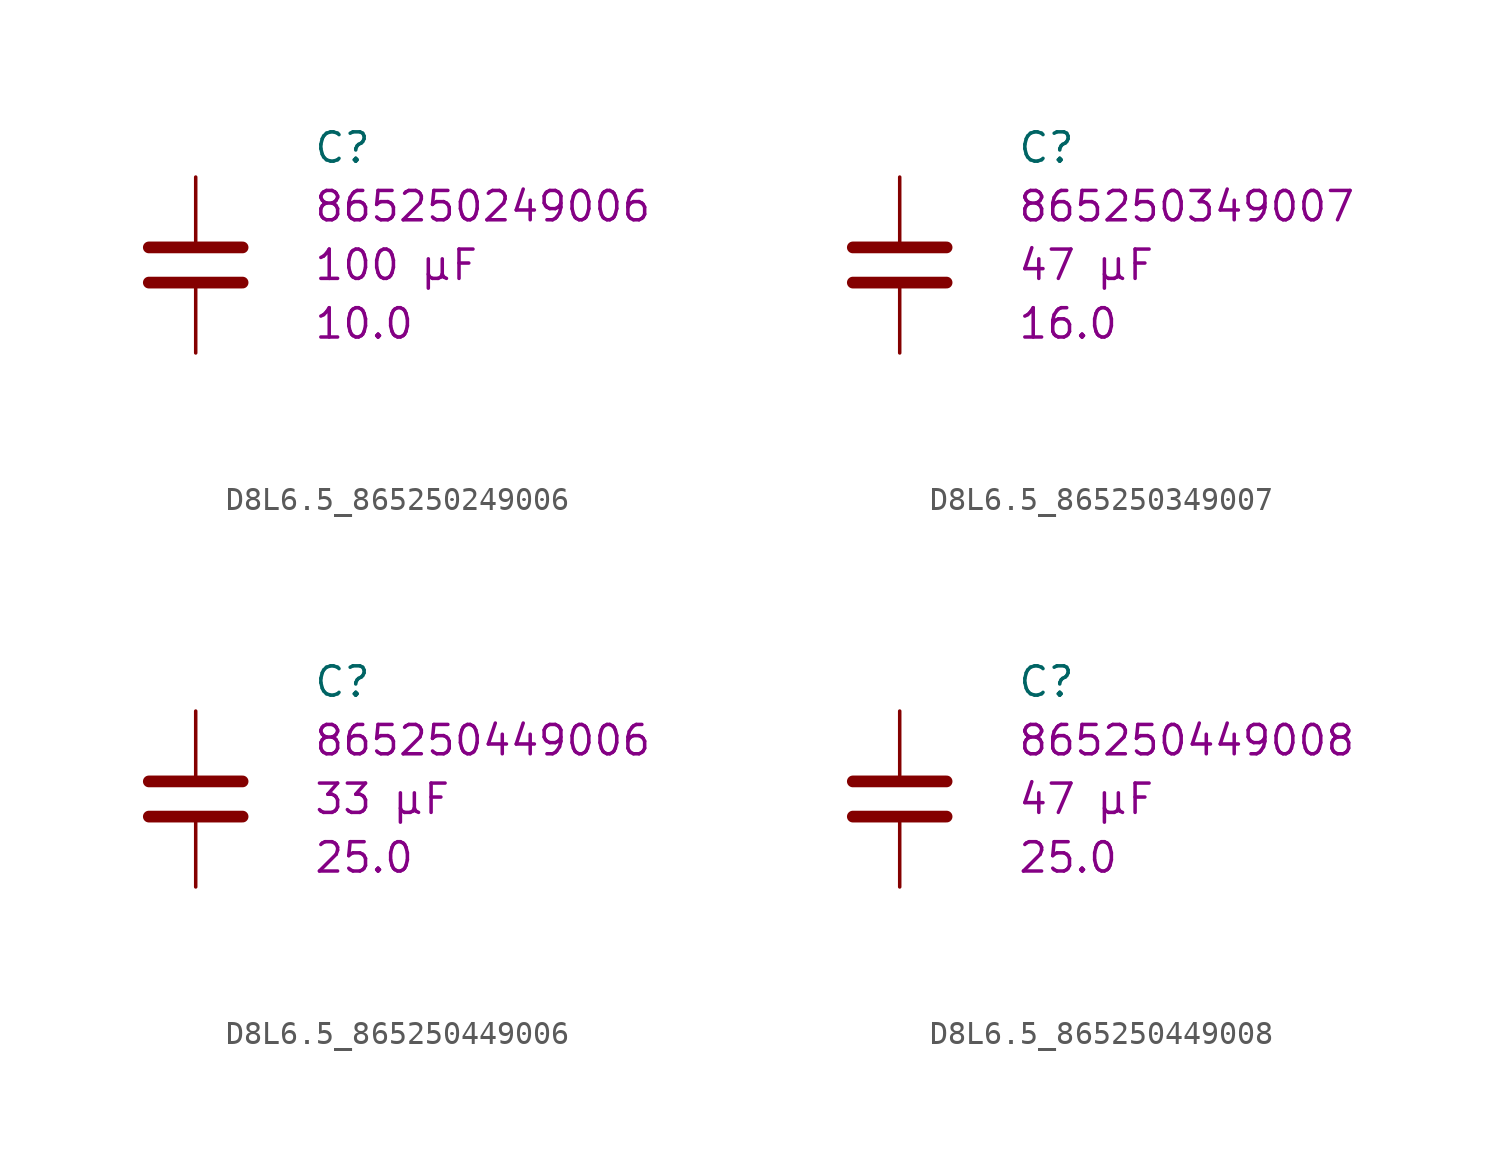
<source format=kicad_sym>
(kicad_symbol_lib
  (version 20220914)
  (generator kicad_symbol_editor)
  (symbol "D8L6.5_865250249006"
    (pin_numbers hide)
    (pin_names hide)
    (property "Reference" "C"
      (at 5.08 5.08 0)
      (effects (font (size 1.27 1.27)) (justify left)))
    (property "Part Number" "865250249006"
      (at 5.08 2.54 0)
      (effects (font (size 1.27 1.27)) (justify left)))
    (property "Capacitance" "100 µF"
      (at 5.08 0 0)
      (effects (font (size 1.27 1.27)) (justify left)))
    (property "Voltage" "10.0"
      (at 5.08 -2.54 0)
      (effects (font (size 1.27 1.27)) (justify left)))
    (property "Critical Parameter" ""
      (at 0 -7.62 0)
      (effects (font (size 1.27 1.27))))
    (symbol "D8L6.5_865250249006_0_1"
      (polyline (pts (xy -2.032 -0.762) (xy 2.032 -0.762)) (stroke (width 0.508) (type default)) (fill (type none)))
      (polyline (pts (xy -2.032 0.762) (xy 2.032 0.762)) (stroke (width 0.508) (type default)) (fill (type none))))
    (symbol "D8L6.5_865250249006_1_1"
      (pin passive line (at 0 3.81 270) (length 2.794) (name "1" (effects (font (size 1.27 1.27)))) (number "1" (effects (font (size 1.27 1.27)))))
      (pin passive line (at 0 -3.81 90) (length 2.794) (name "2" (effects (font (size 1.27 1.27)))) (number "2" (effects (font (size 1.27 1.27)))))))
  (symbol "D8L6.5_865250349007"
    (pin_numbers hide)
    (pin_names hide)
    (property "Reference" "C"
      (at 5.08 5.08 0)
      (effects (font (size 1.27 1.27)) (justify left)))
    (property "Part Number" "865250349007"
      (at 5.08 2.54 0)
      (effects (font (size 1.27 1.27)) (justify left)))
    (property "Capacitance" "47 µF"
      (at 5.08 0 0)
      (effects (font (size 1.27 1.27)) (justify left)))
    (property "Voltage" "16.0"
      (at 5.08 -2.54 0)
      (effects (font (size 1.27 1.27)) (justify left)))
    (property "Critical Parameter" ""
      (at 0 -7.62 0)
      (effects (font (size 1.27 1.27))))
    (symbol "D8L6.5_865250349007_0_1"
      (polyline (pts (xy -2.032 -0.762) (xy 2.032 -0.762)) (stroke (width 0.508) (type default)) (fill (type none)))
      (polyline (pts (xy -2.032 0.762) (xy 2.032 0.762)) (stroke (width 0.508) (type default)) (fill (type none))))
    (symbol "D8L6.5_865250349007_1_1"
      (pin passive line (at 0 3.81 270) (length 2.794) (name "1" (effects (font (size 1.27 1.27)))) (number "1" (effects (font (size 1.27 1.27)))))
      (pin passive line (at 0 -3.81 90) (length 2.794) (name "2" (effects (font (size 1.27 1.27)))) (number "2" (effects (font (size 1.27 1.27)))))))
  (symbol "D8L6.5_865250449006"
    (pin_numbers hide)
    (pin_names hide)
    (property "Reference" "C"
      (at 5.08 5.08 0)
      (effects (font (size 1.27 1.27)) (justify left)))
    (property "Part Number" "865250449006"
      (at 5.08 2.54 0)
      (effects (font (size 1.27 1.27)) (justify left)))
    (property "Capacitance" "33 µF"
      (at 5.08 0 0)
      (effects (font (size 1.27 1.27)) (justify left)))
    (property "Voltage" "25.0"
      (at 5.08 -2.54 0)
      (effects (font (size 1.27 1.27)) (justify left)))
    (property "Critical Parameter" ""
      (at 0 -7.62 0)
      (effects (font (size 1.27 1.27))))
    (symbol "D8L6.5_865250449006_0_1"
      (polyline (pts (xy -2.032 -0.762) (xy 2.032 -0.762)) (stroke (width 0.508) (type default)) (fill (type none)))
      (polyline (pts (xy -2.032 0.762) (xy 2.032 0.762)) (stroke (width 0.508) (type default)) (fill (type none))))
    (symbol "D8L6.5_865250449006_1_1"
      (pin passive line (at 0 3.81 270) (length 2.794) (name "1" (effects (font (size 1.27 1.27)))) (number "1" (effects (font (size 1.27 1.27)))))
      (pin passive line (at 0 -3.81 90) (length 2.794) (name "2" (effects (font (size 1.27 1.27)))) (number "2" (effects (font (size 1.27 1.27)))))))
  (symbol "D8L6.5_865250449008"
    (pin_numbers hide)
    (pin_names hide)
    (property "Reference" "C"
      (at 5.08 5.08 0)
      (effects (font (size 1.27 1.27)) (justify left)))
    (property "Part Number" "865250449008"
      (at 5.08 2.54 0)
      (effects (font (size 1.27 1.27)) (justify left)))
    (property "Capacitance" "47 µF"
      (at 5.08 0 0)
      (effects (font (size 1.27 1.27)) (justify left)))
    (property "Voltage" "25.0"
      (at 5.08 -2.54 0)
      (effects (font (size 1.27 1.27)) (justify left)))
    (property "Critical Parameter" ""
      (at 0 -7.62 0)
      (effects (font (size 1.27 1.27))))
    (symbol "D8L6.5_865250449008_0_1"
      (polyline (pts (xy -2.032 -0.762) (xy 2.032 -0.762)) (stroke (width 0.508) (type default)) (fill (type none)))
      (polyline (pts (xy -2.032 0.762) (xy 2.032 0.762)) (stroke (width 0.508) (type default)) (fill (type none))))
    (symbol "D8L6.5_865250449008_1_1"
      (pin passive line (at 0 3.81 270) (length 2.794) (name "1" (effects (font (size 1.27 1.27)))) (number "1" (effects (font (size 1.27 1.27)))))
      (pin passive line (at 0 -3.81 90) (length 2.794) (name "2" (effects (font (size 1.27 1.27)))) (number "2" (effects (font (size 1.27 1.27))))))))
</source>
